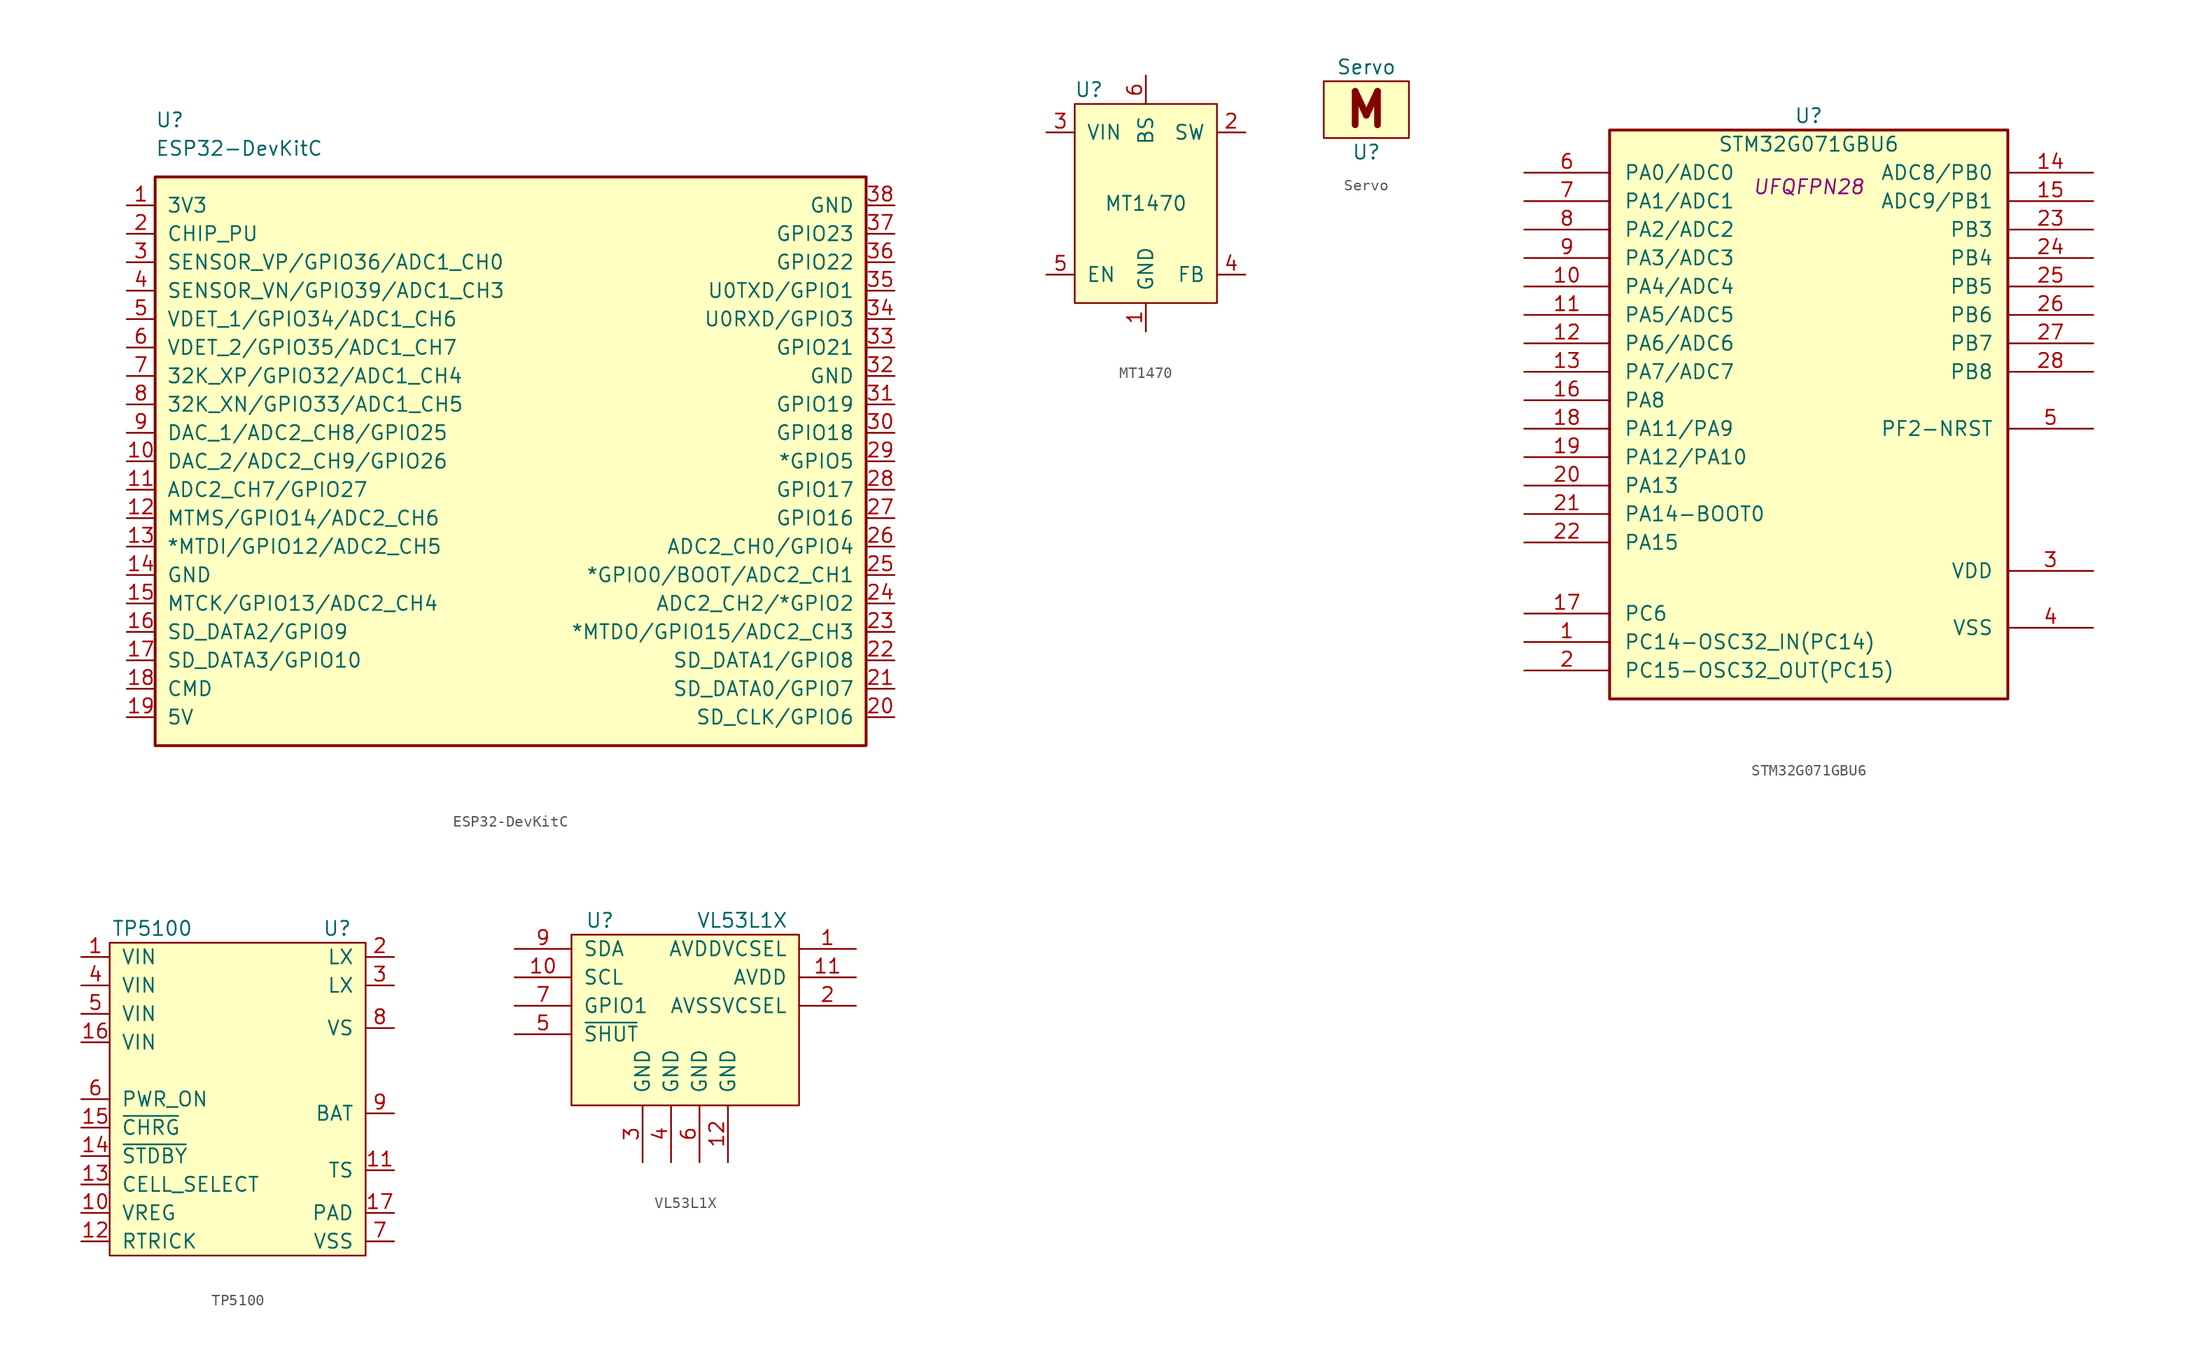
<source format=kicad_sym>
(kicad_symbol_lib
  (version 20211014)
  (generator kicad_symbol_editor)
  (symbol "ESP32-DevKitC"
    (pin_names
      (offset 1.016))
    (property "Reference" "U"
      (at -30.48 30.48 0)
      (effects (font (size 1.27 1.27)) (justify left)))
    (property "Value" "ESP32-DevKitC"
      (at -30.48 27.94 0)
      (effects (font (size 1.27 1.27)) (justify left)))
    (symbol "ESP32-DevKitC_0_0"
      (pin power_in line (at -33.02 -10.16 0) (length 2.54) (name "GND" (effects (font (size 1.27 1.27)))) (number "14" (effects (font (size 1.27 1.27)))))
      (pin power_in line (at -33.02 -22.86 0) (length 2.54) (name "5V" (effects (font (size 1.27 1.27)))) (number "19" (effects (font (size 1.27 1.27))))))
    (symbol "ESP32-DevKitC_0_1"
      (rectangle (start -30.48 25.4) (end 33.02 -25.4) (stroke (width 0.254) (type default) (color 0 0 0 0)) (fill (type background))))
    (symbol "ESP32-DevKitC_1_1"
      (pin power_in line (at -33.02 22.86 0) (length 2.54) (name "3V3" (effects (font (size 1.27 1.27)))) (number "1" (effects (font (size 1.27 1.27)))))
      (pin bidirectional line (at -33.02 0 0) (length 2.54) (name "DAC_2/ADC2_CH9/GPIO26" (effects (font (size 1.27 1.27)))) (number "10" (effects (font (size 1.27 1.27)))))
      (pin bidirectional line (at -33.02 -2.54 0) (length 2.54) (name "ADC2_CH7/GPIO27" (effects (font (size 1.27 1.27)))) (number "11" (effects (font (size 1.27 1.27)))))
      (pin bidirectional line (at -33.02 -5.08 0) (length 2.54) (name "MTMS/GPIO14/ADC2_CH6" (effects (font (size 1.27 1.27)))) (number "12" (effects (font (size 1.27 1.27)))))
      (pin bidirectional line (at -33.02 -7.62 0) (length 2.54) (name "*MTDI/GPIO12/ADC2_CH5" (effects (font (size 1.27 1.27)))) (number "13" (effects (font (size 1.27 1.27)))))
      (pin bidirectional line (at -33.02 -12.7 0) (length 2.54) (name "MTCK/GPIO13/ADC2_CH4" (effects (font (size 1.27 1.27)))) (number "15" (effects (font (size 1.27 1.27)))))
      (pin bidirectional line (at -33.02 -15.24 0) (length 2.54) (name "SD_DATA2/GPIO9" (effects (font (size 1.27 1.27)))) (number "16" (effects (font (size 1.27 1.27)))))
      (pin bidirectional line (at -33.02 -17.78 0) (length 2.54) (name "SD_DATA3/GPIO10" (effects (font (size 1.27 1.27)))) (number "17" (effects (font (size 1.27 1.27)))))
      (pin bidirectional line (at -33.02 -20.32 0) (length 2.54) (name "CMD" (effects (font (size 1.27 1.27)))) (number "18" (effects (font (size 1.27 1.27)))))
      (pin input line (at -33.02 20.32 0) (length 2.54) (name "CHIP_PU" (effects (font (size 1.27 1.27)))) (number "2" (effects (font (size 1.27 1.27)))))
      (pin bidirectional line (at 35.56 -22.86 180) (length 2.54) (name "SD_CLK/GPIO6" (effects (font (size 1.27 1.27)))) (number "20" (effects (font (size 1.27 1.27)))))
      (pin bidirectional line (at 35.56 -20.32 180) (length 2.54) (name "SD_DATA0/GPIO7" (effects (font (size 1.27 1.27)))) (number "21" (effects (font (size 1.27 1.27)))))
      (pin bidirectional line (at 35.56 -17.78 180) (length 2.54) (name "SD_DATA1/GPIO8" (effects (font (size 1.27 1.27)))) (number "22" (effects (font (size 1.27 1.27)))))
      (pin bidirectional line (at 35.56 -15.24 180) (length 2.54) (name "*MTDO/GPIO15/ADC2_CH3" (effects (font (size 1.27 1.27)))) (number "23" (effects (font (size 1.27 1.27)))))
      (pin bidirectional line (at 35.56 -12.7 180) (length 2.54) (name "ADC2_CH2/*GPIO2" (effects (font (size 1.27 1.27)))) (number "24" (effects (font (size 1.27 1.27)))))
      (pin bidirectional line (at 35.56 -10.16 180) (length 2.54) (name "*GPIO0/BOOT/ADC2_CH1" (effects (font (size 1.27 1.27)))) (number "25" (effects (font (size 1.27 1.27)))))
      (pin bidirectional line (at 35.56 -7.62 180) (length 2.54) (name "ADC2_CH0/GPIO4" (effects (font (size 1.27 1.27)))) (number "26" (effects (font (size 1.27 1.27)))))
      (pin bidirectional line (at 35.56 -5.08 180) (length 2.54) (name "GPIO16" (effects (font (size 1.27 1.27)))) (number "27" (effects (font (size 1.27 1.27)))))
      (pin bidirectional line (at 35.56 -2.54 180) (length 2.54) (name "GPIO17" (effects (font (size 1.27 1.27)))) (number "28" (effects (font (size 1.27 1.27)))))
      (pin bidirectional line (at 35.56 0 180) (length 2.54) (name "*GPIO5" (effects (font (size 1.27 1.27)))) (number "29" (effects (font (size 1.27 1.27)))))
      (pin input line (at -33.02 17.78 0) (length 2.54) (name "SENSOR_VP/GPIO36/ADC1_CH0" (effects (font (size 1.27 1.27)))) (number "3" (effects (font (size 1.27 1.27)))))
      (pin bidirectional line (at 35.56 2.54 180) (length 2.54) (name "GPIO18" (effects (font (size 1.27 1.27)))) (number "30" (effects (font (size 1.27 1.27)))))
      (pin bidirectional line (at 35.56 5.08 180) (length 2.54) (name "GPIO19" (effects (font (size 1.27 1.27)))) (number "31" (effects (font (size 1.27 1.27)))))
      (pin power_in line (at 35.56 7.62 180) (length 2.54) (name "GND" (effects (font (size 1.27 1.27)))) (number "32" (effects (font (size 1.27 1.27)))))
      (pin bidirectional line (at 35.56 10.16 180) (length 2.54) (name "GPIO21" (effects (font (size 1.27 1.27)))) (number "33" (effects (font (size 1.27 1.27)))))
      (pin bidirectional line (at 35.56 12.7 180) (length 2.54) (name "U0RXD/GPIO3" (effects (font (size 1.27 1.27)))) (number "34" (effects (font (size 1.27 1.27)))))
      (pin bidirectional line (at 35.56 15.24 180) (length 2.54) (name "U0TXD/GPIO1" (effects (font (size 1.27 1.27)))) (number "35" (effects (font (size 1.27 1.27)))))
      (pin bidirectional line (at 35.56 17.78 180) (length 2.54) (name "GPIO22" (effects (font (size 1.27 1.27)))) (number "36" (effects (font (size 1.27 1.27)))))
      (pin bidirectional line (at 35.56 20.32 180) (length 2.54) (name "GPIO23" (effects (font (size 1.27 1.27)))) (number "37" (effects (font (size 1.27 1.27)))))
      (pin power_in line (at 35.56 22.86 180) (length 2.54) (name "GND" (effects (font (size 1.27 1.27)))) (number "38" (effects (font (size 1.27 1.27)))))
      (pin input line (at -33.02 15.24 0) (length 2.54) (name "SENSOR_VN/GPIO39/ADC1_CH3" (effects (font (size 1.27 1.27)))) (number "4" (effects (font (size 1.27 1.27)))))
      (pin input line (at -33.02 12.7 0) (length 2.54) (name "VDET_1/GPIO34/ADC1_CH6" (effects (font (size 1.27 1.27)))) (number "5" (effects (font (size 1.27 1.27)))))
      (pin input line (at -33.02 10.16 0) (length 2.54) (name "VDET_2/GPIO35/ADC1_CH7" (effects (font (size 1.27 1.27)))) (number "6" (effects (font (size 1.27 1.27)))))
      (pin bidirectional line (at -33.02 7.62 0) (length 2.54) (name "32K_XP/GPIO32/ADC1_CH4" (effects (font (size 1.27 1.27)))) (number "7" (effects (font (size 1.27 1.27)))))
      (pin bidirectional line (at -33.02 5.08 0) (length 2.54) (name "32K_XN/GPIO33/ADC1_CH5" (effects (font (size 1.27 1.27)))) (number "8" (effects (font (size 1.27 1.27)))))
      (pin bidirectional line (at -33.02 2.54 0) (length 2.54) (name "DAC_1/ADC2_CH8/GPIO25" (effects (font (size 1.27 1.27)))) (number "9" (effects (font (size 1.27 1.27)))))))
  (symbol "MT1470"
    (pin_names
      (offset 1.016))
    (property "Reference" "U"
      (at -5.08 6.35 0)
      (effects (font (size 1.27 1.27))))
    (property "Value" "MT1470"
      (at 0 -3.81 0)
      (effects (font (size 1.27 1.27))))
    (symbol "MT1470_0_1"
      (rectangle (start -6.35 5.08) (end 6.35 -12.7) (stroke (width 0) (type default) (color 0 0 0 0)) (fill (type background))))
    (symbol "MT1470_1_1"
      (pin power_in line (at 0 -15.24 90) (length 2.54) (name "GND" (effects (font (size 1.27 1.27)))) (number "1" (effects (font (size 1.27 1.27)))))
      (pin passive line (at 8.89 2.54 180) (length 2.54) (name "SW" (effects (font (size 1.27 1.27)))) (number "2" (effects (font (size 1.27 1.27)))))
      (pin power_in line (at -8.89 2.54 0) (length 2.54) (name "VIN" (effects (font (size 1.27 1.27)))) (number "3" (effects (font (size 1.27 1.27)))))
      (pin input line (at 8.89 -10.16 180) (length 2.54) (name "FB" (effects (font (size 1.27 1.27)))) (number "4" (effects (font (size 1.27 1.27)))))
      (pin input line (at -8.89 -10.16 0) (length 2.54) (name "EN" (effects (font (size 1.27 1.27)))) (number "5" (effects (font (size 1.27 1.27)))))
      (pin passive line (at 0 7.62 270) (length 2.54) (name "BS" (effects (font (size 1.27 1.27)))) (number "6" (effects (font (size 1.27 1.27)))))))
  (symbol "Servo"
    (pin_names
      (offset 1.016))
    (property "Reference" "U"
      (at 0 -3.81 0)
      (effects (font (size 1.27 1.27))))
    (property "Value" "Servo"
      (at 0 3.81 0)
      (effects (font (size 1.27 1.27))))
    (symbol "Servo_0_0"
      (text "M" (at 0 0 0) (effects (font (size 2.997 2.997) bold))))
    (symbol "Servo_0_1"
      (rectangle (start -3.81 2.54) (end 3.81 -2.54) (stroke (width 0) (type default) (color 0 0 0 0)) (fill (type background)))))
  (symbol "STM32G071GBU6"
    (pin_names
      (offset 1.27))
    (property "Reference" "U"
      (at 0 26.67 0)
      (effects (font (size 1.27 1.27))))
    (property "Value" "STM32G071GBU6"
      (at 0 24.13 0)
      (effects (font (size 1.27 1.27))))
    (property "Footprint" "UFQFPN28"
      (at 0 20.32 0)
      (effects (font (size 1.27 1.27) italic)))
    (property "Datasheet" ""
      (at 0 -24.13 0)
      (effects (font (size 1.27 1.27))))
    (symbol "STM32G071GBU6_1_1"
      (rectangle (start -17.78 25.4) (end 17.78 -25.4) (stroke (width 0.254) (type default) (color 0 0 0 0)) (fill (type background)))
      (pin bidirectional line (at -25.4 -20.32 0) (length 7.62) (name "PC14-OSC32_IN(PC14)" (effects (font (size 1.27 1.27)))) (number "1" (effects (font (size 1.27 1.27)))))
      (pin bidirectional line (at -25.4 11.43 0) (length 7.62) (name "PA4/ADC4" (effects (font (size 1.27 1.27)))) (number "10" (effects (font (size 1.27 1.27)))))
      (pin bidirectional line (at -25.4 8.89 0) (length 7.62) (name "PA5/ADC5" (effects (font (size 1.27 1.27)))) (number "11" (effects (font (size 1.27 1.27)))))
      (pin bidirectional line (at -25.4 6.35 0) (length 7.62) (name "PA6/ADC6" (effects (font (size 1.27 1.27)))) (number "12" (effects (font (size 1.27 1.27)))))
      (pin bidirectional line (at -25.4 3.81 0) (length 7.62) (name "PA7/ADC7" (effects (font (size 1.27 1.27)))) (number "13" (effects (font (size 1.27 1.27)))))
      (pin bidirectional line (at 25.4 21.59 180) (length 7.62) (name "ADC8/PB0" (effects (font (size 1.27 1.27)))) (number "14" (effects (font (size 1.27 1.27)))))
      (pin bidirectional line (at 25.4 19.05 180) (length 7.62) (name "ADC9/PB1" (effects (font (size 1.27 1.27)))) (number "15" (effects (font (size 1.27 1.27)))))
      (pin bidirectional line (at -25.4 1.27 0) (length 7.62) (name "PA8" (effects (font (size 1.27 1.27)))) (number "16" (effects (font (size 1.27 1.27)))))
      (pin bidirectional line (at -25.4 -17.78 0) (length 7.62) (name "PC6" (effects (font (size 1.27 1.27)))) (number "17" (effects (font (size 1.27 1.27)))))
      (pin bidirectional line (at -25.4 -1.27 0) (length 7.62) (name "PA11/PA9" (effects (font (size 1.27 1.27)))) (number "18" (effects (font (size 1.27 1.27)))))
      (pin bidirectional line (at -25.4 -3.81 0) (length 7.62) (name "PA12/PA10" (effects (font (size 1.27 1.27)))) (number "19" (effects (font (size 1.27 1.27)))))
      (pin bidirectional line (at -25.4 -22.86 0) (length 7.62) (name "PC15-OSC32_OUT(PC15)" (effects (font (size 1.27 1.27)))) (number "2" (effects (font (size 1.27 1.27)))))
      (pin bidirectional line (at -25.4 -6.35 0) (length 7.62) (name "PA13" (effects (font (size 1.27 1.27)))) (number "20" (effects (font (size 1.27 1.27)))))
      (pin bidirectional line (at -25.4 -8.89 0) (length 7.62) (name "PA14-BOOT0" (effects (font (size 1.27 1.27)))) (number "21" (effects (font (size 1.27 1.27)))))
      (pin bidirectional line (at -25.4 -11.43 0) (length 7.62) (name "PA15" (effects (font (size 1.27 1.27)))) (number "22" (effects (font (size 1.27 1.27)))))
      (pin bidirectional line (at 25.4 16.51 180) (length 7.62) (name "PB3" (effects (font (size 1.27 1.27)))) (number "23" (effects (font (size 1.27 1.27)))))
      (pin bidirectional line (at 25.4 13.97 180) (length 7.62) (name "PB4" (effects (font (size 1.27 1.27)))) (number "24" (effects (font (size 1.27 1.27)))))
      (pin bidirectional line (at 25.4 11.43 180) (length 7.62) (name "PB5" (effects (font (size 1.27 1.27)))) (number "25" (effects (font (size 1.27 1.27)))))
      (pin bidirectional line (at 25.4 8.89 180) (length 7.62) (name "PB6" (effects (font (size 1.27 1.27)))) (number "26" (effects (font (size 1.27 1.27)))))
      (pin bidirectional line (at 25.4 6.35 180) (length 7.62) (name "PB7" (effects (font (size 1.27 1.27)))) (number "27" (effects (font (size 1.27 1.27)))))
      (pin bidirectional line (at 25.4 3.81 180) (length 7.62) (name "PB8" (effects (font (size 1.27 1.27)))) (number "28" (effects (font (size 1.27 1.27)))))
      (pin power_in line (at 25.4 -13.97 180) (length 7.62) (name "VDD" (effects (font (size 1.27 1.27)))) (number "3" (effects (font (size 1.27 1.27)))))
      (pin power_in line (at 25.4 -19.05 180) (length 7.62) (name "VSS" (effects (font (size 1.27 1.27)))) (number "4" (effects (font (size 1.27 1.27)))))
      (pin bidirectional line (at 25.4 -1.27 180) (length 7.62) (name "PF2-NRST" (effects (font (size 1.27 1.27)))) (number "5" (effects (font (size 1.27 1.27)))))
      (pin bidirectional line (at -25.4 21.59 0) (length 7.62) (name "PA0/ADC0" (effects (font (size 1.27 1.27)))) (number "6" (effects (font (size 1.27 1.27)))))
      (pin bidirectional line (at -25.4 19.05 0) (length 7.62) (name "PA1/ADC1" (effects (font (size 1.27 1.27)))) (number "7" (effects (font (size 1.27 1.27)))))
      (pin bidirectional line (at -25.4 16.51 0) (length 7.62) (name "PA2/ADC2" (effects (font (size 1.27 1.27)))) (number "8" (effects (font (size 1.27 1.27)))))
      (pin bidirectional line (at -25.4 13.97 0) (length 7.62) (name "PA3/ADC3" (effects (font (size 1.27 1.27)))) (number "9" (effects (font (size 1.27 1.27)))))))
  (symbol "TP5100"
    (pin_names
      (offset 1.016))
    (property "Reference" "U"
      (at 8.89 15.24 0)
      (effects (font (size 1.27 1.27))))
    (property "Value" "TP5100"
      (at -7.62 15.24 0)
      (effects (font (size 1.27 1.27))))
    (symbol "TP5100_0_1"
      (rectangle (start -11.43 13.97) (end 11.43 -13.97) (stroke (width 0) (type default) (color 0 0 0 0)) (fill (type background))))
    (symbol "TP5100_1_1"
      (pin power_in line (at -13.97 12.7 0) (length 2.54) (name "VIN" (effects (font (size 1.27 1.27)))) (number "1" (effects (font (size 1.27 1.27)))))
      (pin power_out line (at -13.97 -10.16 0) (length 2.54) (name "VREG" (effects (font (size 1.27 1.27)))) (number "10" (effects (font (size 1.27 1.27)))))
      (pin input line (at 13.97 -6.35 180) (length 2.54) (name "TS" (effects (font (size 1.27 1.27)))) (number "11" (effects (font (size 1.27 1.27)))))
      (pin input line (at -13.97 -12.7 0) (length 2.54) (name "RTRICK" (effects (font (size 1.27 1.27)))) (number "12" (effects (font (size 1.27 1.27)))))
      (pin input line (at -13.97 -7.62 0) (length 2.54) (name "CELL_SELECT" (effects (font (size 1.27 1.27)))) (number "13" (effects (font (size 1.27 1.27)))))
      (pin open_collector line (at -13.97 -5.08 0) (length 2.54) (name "~{STDBY}" (effects (font (size 1.27 1.27)))) (number "14" (effects (font (size 1.27 1.27)))))
      (pin open_collector line (at -13.97 -2.54 0) (length 2.54) (name "~{CHRG}" (effects (font (size 1.27 1.27)))) (number "15" (effects (font (size 1.27 1.27)))))
      (pin power_in line (at -13.97 5.08 0) (length 2.54) (name "VIN" (effects (font (size 1.27 1.27)))) (number "16" (effects (font (size 1.27 1.27)))))
      (pin passive line (at 13.97 -10.16 180) (length 2.54) (name "PAD" (effects (font (size 1.27 1.27)))) (number "17" (effects (font (size 1.27 1.27)))))
      (pin passive line (at 13.97 12.7 180) (length 2.54) (name "LX" (effects (font (size 1.27 1.27)))) (number "2" (effects (font (size 1.27 1.27)))))
      (pin passive line (at 13.97 10.16 180) (length 2.54) (name "LX" (effects (font (size 1.27 1.27)))) (number "3" (effects (font (size 1.27 1.27)))))
      (pin power_in line (at -13.97 10.16 0) (length 2.54) (name "VIN" (effects (font (size 1.27 1.27)))) (number "4" (effects (font (size 1.27 1.27)))))
      (pin power_in line (at -13.97 7.62 0) (length 2.54) (name "VIN" (effects (font (size 1.27 1.27)))) (number "5" (effects (font (size 1.27 1.27)))))
      (pin input line (at -13.97 0 0) (length 2.54) (name "PWR_ON" (effects (font (size 1.27 1.27)))) (number "6" (effects (font (size 1.27 1.27)))))
      (pin power_in line (at 13.97 -12.7 180) (length 2.54) (name "VSS" (effects (font (size 1.27 1.27)))) (number "7" (effects (font (size 1.27 1.27)))))
      (pin input line (at 13.97 6.35 180) (length 2.54) (name "VS" (effects (font (size 1.27 1.27)))) (number "8" (effects (font (size 1.27 1.27)))))
      (pin power_out line (at 13.97 -1.27 180) (length 2.54) (name "BAT" (effects (font (size 1.27 1.27)))) (number "9" (effects (font (size 1.27 1.27)))))))
  (symbol "VL53L1X"
    (pin_names
      (offset 1.016))
    (property "Reference" "U"
      (at -7.62 6.35 0)
      (effects (font (size 1.27 1.27))))
    (property "Value" "VL53L1X"
      (at 5.08 6.35 0)
      (effects (font (size 1.27 1.27))))
    (symbol "VL53L1X_0_1"
      (rectangle (start -10.16 5.08) (end 10.16 -10.16) (stroke (width 0) (type default) (color 0 0 0 0)) (fill (type background))))
    (symbol "VL53L1X_1_1"
      (pin power_in line (at 15.24 3.81 180) (length 5.08) (name "AVDDVCSEL" (effects (font (size 1.27 1.27)))) (number "1" (effects (font (size 1.27 1.27)))))
      (pin input line (at -15.24 1.27 0) (length 5.08) (name "SCL" (effects (font (size 1.27 1.27)))) (number "10" (effects (font (size 1.27 1.27)))))
      (pin power_in line (at 15.24 1.27 180) (length 5.08) (name "AVDD" (effects (font (size 1.27 1.27)))) (number "11" (effects (font (size 1.27 1.27)))))
      (pin power_in line (at 3.81 -15.24 90) (length 5.08) (name "GND" (effects (font (size 1.27 1.27)))) (number "12" (effects (font (size 1.27 1.27)))))
      (pin power_in line (at 15.24 -1.27 180) (length 5.08) (name "AVSSVCSEL" (effects (font (size 1.27 1.27)))) (number "2" (effects (font (size 1.27 1.27)))))
      (pin power_in line (at -3.81 -15.24 90) (length 5.08) (name "GND" (effects (font (size 1.27 1.27)))) (number "3" (effects (font (size 1.27 1.27)))))
      (pin power_in line (at -1.27 -15.24 90) (length 5.08) (name "GND" (effects (font (size 1.27 1.27)))) (number "4" (effects (font (size 1.27 1.27)))))
      (pin input line (at -15.24 -3.81 0) (length 5.08) (name "~{SHUT}" (effects (font (size 1.27 1.27)))) (number "5" (effects (font (size 1.27 1.27)))))
      (pin power_in line (at 1.27 -15.24 90) (length 5.08) (name "GND" (effects (font (size 1.27 1.27)))) (number "6" (effects (font (size 1.27 1.27)))))
      (pin open_collector line (at -15.24 -1.27 0) (length 5.08) (name "GPIO1" (effects (font (size 1.27 1.27)))) (number "7" (effects (font (size 1.27 1.27)))))
      (pin bidirectional line (at -15.24 3.81 0) (length 5.08) (name "SDA" (effects (font (size 1.27 1.27)))) (number "9" (effects (font (size 1.27 1.27))))))))
</source>
